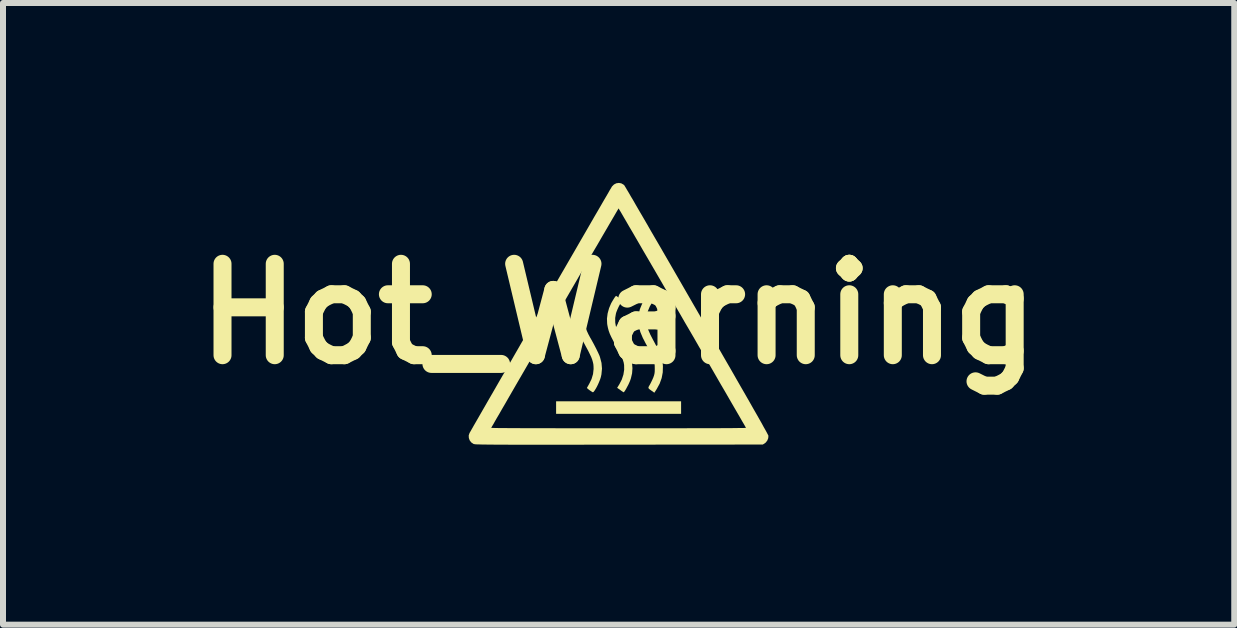
<source format=kicad_pcb>
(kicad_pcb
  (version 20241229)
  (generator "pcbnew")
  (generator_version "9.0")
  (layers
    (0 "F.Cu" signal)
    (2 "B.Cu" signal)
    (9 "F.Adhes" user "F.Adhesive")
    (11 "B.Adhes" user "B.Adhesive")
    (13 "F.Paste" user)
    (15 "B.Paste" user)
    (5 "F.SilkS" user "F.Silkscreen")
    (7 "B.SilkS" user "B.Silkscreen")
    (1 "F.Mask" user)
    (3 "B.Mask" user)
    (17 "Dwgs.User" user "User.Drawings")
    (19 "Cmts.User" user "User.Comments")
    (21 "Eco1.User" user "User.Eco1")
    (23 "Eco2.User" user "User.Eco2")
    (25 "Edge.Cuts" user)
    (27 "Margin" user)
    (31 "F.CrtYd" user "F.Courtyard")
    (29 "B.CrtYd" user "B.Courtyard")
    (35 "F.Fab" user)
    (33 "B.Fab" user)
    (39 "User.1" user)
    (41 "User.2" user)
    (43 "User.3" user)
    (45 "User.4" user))
  (footprint "Hot_Warning"
    (layer "F.Cu")
    (at 7.264 2.183)
    (property "Reference" "Hot_Warning" (at 0 0 0) (layer "F.SilkS") (effects (font (size 1.524 1.524) (thickness 0.3))))
    (attr board_only exclude_from_pos_files exclude_from_bom)
    (fp_poly (pts (xy 1.042 1.667) (xy -1.042 1.667) (xy -1.042 1.458) (xy 1.042 1.458)) (stroke (width 0) (type solid)) (fill yes) (layer "F.SilkS"))
    (fp_poly (pts (xy -0.033 -0.295) (xy -0.015 -0.283) (xy 0.01 -0.266) (xy 0.015 -0.262) (xy 0.067 -0.224) (xy 0.047 -0.198) (xy 0.025 -0.163) (xy 0.001 -0.118) (xy -0.021 -0.07) (xy -0.039 -0.024) (xy -0.045 -0.002) (xy -0.057 0.069) (xy -0.056 0.145) (xy -0.046 0.204) (xy -0.034 0.241) (xy -0.013 0.291) (xy 0.015 0.35) (xy 0.049 0.419) (xy 0.09 0.494) (xy 0.115 0.54) (xy 0.166 0.639) (xy 0.202 0.732) (xy 0.224 0.821) (xy 0.231 0.907) (xy 0.225 0.991) (xy 0.205 1.076) (xy 0.191 1.117) (xy 0.178 1.147) (xy 0.162 1.182) (xy 0.143 1.217) (xy 0.125 1.251) (xy 0.108 1.279) (xy 0.094 1.299) (xy 0.086 1.308) (xy 0.085 1.308) (xy 0.076 1.303) (xy 0.057 1.291) (xy 0.033 1.274) (xy 0.028 1.27) (xy -0.024 1.233) (xy 0.012 1.175) (xy 0.053 1.096) (xy 0.08 1.014) (xy 0.093 0.932) (xy 0.092 0.853) (xy 0.084 0.808) (xy 0.069 0.761) (xy 0.044 0.701) (xy 0.01 0.63) (xy -0.034 0.549) (xy -0.05 0.521) (xy -0.09 0.448) (xy -0.122 0.386) (xy -0.147 0.332) (xy -0.165 0.282) (xy -0.178 0.234) (xy -0.188 0.184) (xy -0.191 0.16) (xy -0.194 0.079) (xy -0.183 -0.007) (xy -0.159 -0.094) (xy -0.127 -0.17) (xy -0.112 -0.198) (xy -0.094 -0.228) (xy -0.076 -0.257) (xy -0.06 -0.281) (xy -0.047 -0.296) (xy -0.042 -0.3)) (stroke (width 0) (type solid)) (fill yes) (layer "F.SilkS"))
    (fp_poly (pts (xy 0.531 -0.273) (xy 0.556 -0.255) (xy 0.574 -0.241) (xy 0.583 -0.232) (xy 0.583 -0.232) (xy 0.579 -0.222) (xy 0.568 -0.204) (xy 0.558 -0.189) (xy 0.52 -0.123) (xy 0.49 -0.051) (xy 0.47 0.017) (xy 0.462 0.077) (xy 0.463 0.138) (xy 0.474 0.201) (xy 0.496 0.27) (xy 0.529 0.346) (xy 0.569 0.423) (xy 0.611 0.501) (xy 0.646 0.568) (xy 0.673 0.624) (xy 0.695 0.673) (xy 0.711 0.716) (xy 0.723 0.755) (xy 0.731 0.793) (xy 0.736 0.832) (xy 0.739 0.874) (xy 0.739 0.879) (xy 0.736 0.977) (xy 0.718 1.071) (xy 0.685 1.163) (xy 0.635 1.255) (xy 0.631 1.261) (xy 0.596 1.315) (xy 0.551 1.283) (xy 0.522 1.262) (xy 0.504 1.247) (xy 0.497 1.233) (xy 0.5 1.218) (xy 0.512 1.196) (xy 0.523 1.178) (xy 0.543 1.139) (xy 0.564 1.095) (xy 0.58 1.058) (xy 0.591 1.026) (xy 0.598 0.998) (xy 0.602 0.967) (xy 0.603 0.929) (xy 0.603 0.908) (xy 0.602 0.861) (xy 0.596 0.816) (xy 0.586 0.772) (xy 0.57 0.726) (xy 0.547 0.673) (xy 0.516 0.612) (xy 0.496 0.575) (xy 0.472 0.53) (xy 0.447 0.485) (xy 0.426 0.443) (xy 0.409 0.411) (xy 0.405 0.404) (xy 0.363 0.304) (xy 0.336 0.206) (xy 0.326 0.111) (xy 0.332 0.016) (xy 0.355 -0.078) (xy 0.394 -0.173) (xy 0.422 -0.226) (xy 0.439 -0.253) (xy 0.455 -0.278) (xy 0.464 -0.29) (xy 0.479 -0.309)) (stroke (width 0) (type solid)) (fill yes) (layer "F.SilkS"))
    (fp_poly (pts (xy -0.506 -0.273) (xy -0.482 -0.255) (xy -0.463 -0.241) (xy -0.454 -0.232) (xy -0.453 -0.232) (xy -0.456 -0.223) (xy -0.465 -0.202) (xy -0.479 -0.175) (xy -0.487 -0.161) (xy -0.517 -0.107) (xy -0.538 -0.061) (xy -0.551 -0.019) (xy -0.559 0.025) (xy -0.562 0.075) (xy -0.562 0.096) (xy -0.561 0.148) (xy -0.555 0.195) (xy -0.545 0.24) (xy -0.528 0.287) (xy -0.504 0.339) (xy -0.471 0.401) (xy -0.465 0.41) (xy -0.415 0.501) (xy -0.374 0.58) (xy -0.342 0.646) (xy -0.318 0.699) (xy -0.31 0.723) (xy -0.285 0.818) (xy -0.277 0.913) (xy -0.286 1.009) (xy -0.296 1.054) (xy -0.307 1.09) (xy -0.323 1.13) (xy -0.341 1.172) (xy -0.361 1.213) (xy -0.381 1.249) (xy -0.4 1.279) (xy -0.416 1.3) (xy -0.427 1.308) (xy -0.428 1.308) (xy -0.439 1.303) (xy -0.459 1.29) (xy -0.483 1.274) (xy -0.506 1.256) (xy -0.522 1.242) (xy -0.528 1.235) (xy -0.528 1.235) (xy -0.523 1.225) (xy -0.512 1.206) (xy -0.497 1.179) (xy -0.492 1.171) (xy -0.451 1.087) (xy -0.426 1.003) (xy -0.417 0.92) (xy -0.417 0.914) (xy -0.418 0.875) (xy -0.421 0.839) (xy -0.429 0.803) (xy -0.44 0.764) (xy -0.456 0.722) (xy -0.479 0.673) (xy -0.507 0.616) (xy -0.544 0.548) (xy -0.574 0.492) (xy -0.61 0.427) (xy -0.638 0.372) (xy -0.659 0.324) (xy -0.674 0.281) (xy -0.686 0.238) (xy -0.696 0.192) (xy -0.697 0.184) (xy -0.704 0.141) (xy -0.706 0.106) (xy -0.705 0.072) (xy -0.701 0.037) (xy -0.68 -0.06) (xy -0.644 -0.155) (xy -0.593 -0.249) (xy -0.581 -0.267) (xy -0.555 -0.307)) (stroke (width 0) (type solid)) (fill yes) (layer "F.SilkS"))
    (fp_poly (pts (xy 0.045 -2.176) (xy 0.082 -2.155) (xy 0.097 -2.141) (xy 0.102 -2.132) (xy 0.116 -2.109) (xy 0.137 -2.073) (xy 0.166 -2.025) (xy 0.201 -1.964) (xy 0.244 -1.892) (xy 0.292 -1.808) (xy 0.346 -1.715) (xy 0.407 -1.611) (xy 0.472 -1.499) (xy 0.542 -1.377) (xy 0.617 -1.248) (xy 0.697 -1.111) (xy 0.78 -0.967) (xy 0.867 -0.817) (xy 0.957 -0.661) (xy 1.05 -0.5) (xy 1.145 -0.335) (xy 1.243 -0.165) (xy 1.304 -0.06) (xy 1.433 0.164) (xy 1.554 0.374) (xy 1.667 0.57) (xy 1.772 0.753) (xy 1.87 0.922) (xy 1.959 1.078) (xy 2.041 1.221) (xy 2.116 1.351) (xy 2.184 1.47) (xy 2.244 1.576) (xy 2.298 1.67) (xy 2.345 1.753) (xy 2.386 1.825) (xy 2.419 1.886) (xy 2.447 1.935) (xy 2.469 1.975) (xy 2.484 2.004) (xy 2.494 2.023) (xy 2.498 2.033) (xy 2.498 2.033) (xy 2.495 2.072) (xy 2.48 2.111) (xy 2.455 2.144) (xy 2.435 2.16) (xy 2.404 2.179) (xy 0.008 2.181) (xy -0.228 2.181) (xy -0.449 2.181) (xy -0.654 2.182) (xy -0.844 2.182) (xy -1.02 2.182) (xy -1.182 2.182) (xy -1.331 2.182) (xy -1.467 2.182) (xy -1.591 2.182) (xy -1.703 2.182) (xy -1.805 2.182) (xy -1.896 2.181) (xy -1.978 2.181) (xy -2.05 2.181) (xy -2.114 2.18) (xy -2.17 2.18) (xy -2.218 2.179) (xy -2.259 2.179) (xy -2.294 2.178) (xy -2.323 2.177) (xy -2.348 2.177) (xy -2.367 2.176) (xy -2.383 2.175) (xy -2.395 2.174) (xy -2.404 2.172) (xy -2.411 2.171) (xy -2.416 2.17) (xy -2.42 2.168) (xy -2.422 2.167) (xy -2.457 2.143) (xy -2.483 2.109) (xy -2.497 2.069) (xy -2.499 2.027) (xy -2.487 1.991) (xy -2.481 1.979) (xy -2.466 1.954) (xy -2.445 1.916) (xy -2.436 1.901) (xy -2.124 1.901) (xy -2.116 1.901) (xy -2.091 1.902) (xy -2.052 1.903) (xy -1.996 1.904) (xy -1.926 1.904) (xy -1.842 1.905) (xy -1.744 1.905) (xy -1.632 1.906) (xy -1.507 1.906) (xy -1.37 1.907) (xy -1.221 1.907) (xy -1.06 1.907) (xy -0.888 1.908) (xy -0.705 1.908) (xy -0.512 1.908) (xy -0.31 1.908) (xy -0.098 1.908) (xy 0 1.908) (xy 0.216 1.908) (xy 0.422 1.908) (xy 0.619 1.908) (xy 0.806 1.908) (xy 0.983 1.908) (xy 1.149 1.907) (xy 1.303 1.907) (xy 1.446 1.907) (xy 1.576 1.906) (xy 1.694 1.906) (xy 1.798 1.905) (xy 1.889 1.905) (xy 1.966 1.904) (xy 2.028 1.903) (xy 2.075 1.903) (xy 2.106 1.902) (xy 2.122 1.901) (xy 2.124 1.901) (xy 2.119 1.892) (xy 2.107 1.87) (xy 2.087 1.835) (xy 2.059 1.788) (xy 2.026 1.73) (xy 1.986 1.661) (xy 1.94 1.582) (xy 1.889 1.494) (xy 1.833 1.397) (xy 1.773 1.293) (xy 1.708 1.182) (xy 1.64 1.064) (xy 1.569 0.941) (xy 1.495 0.813) (xy 1.419 0.682) (xy 1.34 0.547) (xy 1.261 0.409) (xy 1.18 0.27) (xy 1.098 0.13) (xy 1.017 -0.011) (xy 0.935 -0.151) (xy 0.855 -0.29) (xy 0.775 -0.427) (xy 0.697 -0.562) (xy 0.621 -0.693) (xy 0.547 -0.82) (xy 0.476 -0.942) (xy 0.408 -1.058) (xy 0.344 -1.169) (xy 0.284 -1.272) (xy 0.229 -1.367) (xy 0.178 -1.453) (xy 0.133 -1.531) (xy 0.094 -1.598) (xy 0.061 -1.655) (xy 0.035 -1.7) (xy 0.015 -1.732) (xy 0.004 -1.752) (xy 0 -1.758) (xy -0.004 -1.751) (xy -0.017 -1.73) (xy -0.037 -1.696) (xy -0.063 -1.651) (xy -0.097 -1.593) (xy -0.137 -1.525) (xy -0.182 -1.447) (xy -0.233 -1.36) (xy -0.289 -1.264) (xy -0.349 -1.16) (xy -0.414 -1.05) (xy -0.482 -0.933) (xy -0.553 -0.81) (xy -0.627 -0.683) (xy -0.703 -0.551) (xy -0.781 -0.417) (xy -0.861 -0.279) (xy -0.942 -0.14) (xy -1.023 -0.000062) (xy -1.105 0.141) (xy -1.186 0.281) (xy -1.267 0.42) (xy -1.347 0.557) (xy -1.425 0.692) (xy -1.501 0.823) (xy -1.575 0.951) (xy -1.646 1.073) (xy -1.714 1.19) (xy -1.778 1.301) (xy -1.838 1.405) (xy -1.893 1.501) (xy -1.944 1.588) (xy -1.989 1.667) (xy -2.029 1.735) (xy -2.062 1.792) (xy -2.088 1.839) (xy -2.108 1.872) (xy -2.12 1.893) (xy -2.124 1.901) (xy -2.436 1.901) (xy -2.416 1.865) (xy -2.38 1.803) (xy -2.338 1.73) (xy -2.291 1.648) (xy -2.238 1.556) (xy -2.18 1.455) (xy -2.117 1.346) (xy -2.05 1.23) (xy -1.98 1.108) (xy -1.905 0.979) (xy -1.828 0.846) (xy -1.749 0.708) (xy -1.667 0.566) (xy -1.584 0.421) (xy -1.499 0.274) (xy -1.413 0.126) (xy -1.327 -0.024) (xy -1.24 -0.173) (xy -1.154 -0.323) (xy -1.068 -0.471) (xy -0.984 -0.617) (xy -0.901 -0.76) (xy -0.82 -0.9) (xy -0.741 -1.036) (xy -0.665 -1.168) (xy -0.592 -1.294) (xy -0.523 -1.413) (xy -0.458 -1.526) (xy -0.397 -1.632) (xy -0.34 -1.729) (xy -0.289 -1.817) (xy -0.244 -1.895) (xy -0.204 -1.963) (xy -0.171 -2.02) (xy -0.145 -2.066) (xy -0.125 -2.098) (xy -0.114 -2.118) (xy -0.11 -2.124) (xy -0.077 -2.157) (xy -0.038 -2.177) (xy 0.004 -2.183)) (stroke (width 0) (type solid)) (fill yes) (layer "F.SilkS")))
  (gr_rect
    (start -3 -3)
    (end 17.529 7.365)
    (stroke (width 0.1) (type default))
    (fill no)
    (layer "Edge.Cuts")))
</source>
